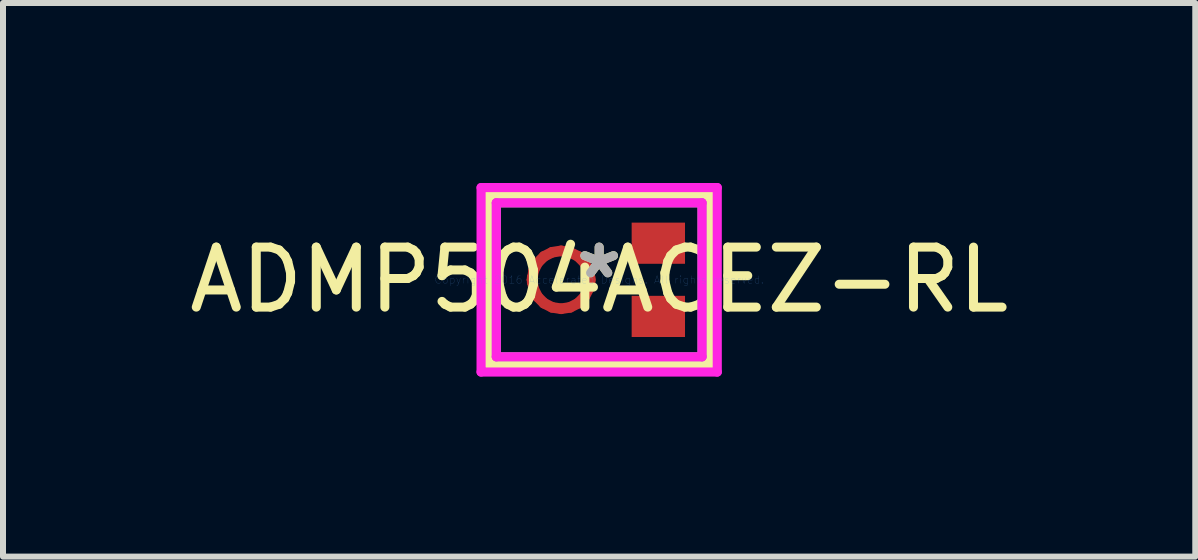
<source format=kicad_pcb>
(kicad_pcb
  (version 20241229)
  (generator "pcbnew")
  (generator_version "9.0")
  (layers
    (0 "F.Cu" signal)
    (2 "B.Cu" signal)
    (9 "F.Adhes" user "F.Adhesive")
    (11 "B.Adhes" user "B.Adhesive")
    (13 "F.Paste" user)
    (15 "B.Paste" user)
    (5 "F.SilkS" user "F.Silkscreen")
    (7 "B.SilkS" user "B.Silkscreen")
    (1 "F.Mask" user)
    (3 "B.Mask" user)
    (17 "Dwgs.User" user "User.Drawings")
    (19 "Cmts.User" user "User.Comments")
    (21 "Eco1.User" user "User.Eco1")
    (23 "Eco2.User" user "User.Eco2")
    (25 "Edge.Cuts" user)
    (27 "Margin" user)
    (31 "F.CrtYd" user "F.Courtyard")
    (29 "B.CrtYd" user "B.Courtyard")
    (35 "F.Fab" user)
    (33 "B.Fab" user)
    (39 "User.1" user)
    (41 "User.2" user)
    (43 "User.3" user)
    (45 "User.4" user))
  (footprint "ADMP504ACEZ-RL"
    (layer "F.Cu")
    (at 6.935 1.613)
    (property "Reference" "ADMP504ACEZ-RL" (at 0 0 0) (layer "F.SilkS") (effects (font (size 1 1) (thickness 0.15))))
    (attr through_hole)
    (fp_line (start -1.13 0) (end -1.106 -0.153) (stroke (width 0.152) (type solid)) (layer "F.Cu"))
    (fp_line (start -1.13 0) (end -1.106 0.153) (stroke (width 0.152) (type solid)) (layer "F.Cu"))
    (fp_line (start -1.128 -0.043) (end -1.13 0) (stroke (width 0.152) (type solid)) (layer "F.Cu"))
    (fp_line (start -1.128 0.043) (end -1.13 0) (stroke (width 0.152) (type solid)) (layer "F.Cu"))
    (fp_line (start -1.106 -0.153) (end -1.035 -0.291) (stroke (width 0.152) (type solid)) (layer "F.Cu"))
    (fp_line (start -1.106 0.153) (end -1.035 0.291) (stroke (width 0.152) (type solid)) (layer "F.Cu"))
    (fp_line (start -1.104 0) (end -1.103 -0.041) (stroke (width 0.152) (type solid)) (layer "F.Cu"))
    (fp_line (start -1.104 0) (end -1.103 0.041) (stroke (width 0.152) (type solid)) (layer "F.Cu"))
    (fp_line (start -1.103 -0.041) (end -1.128 -0.043) (stroke (width 0.152) (type solid)) (layer "F.Cu"))
    (fp_line (start -1.103 0.041) (end -1.128 0.043) (stroke (width 0.152) (type solid)) (layer "F.Cu"))
    (fp_line (start -1.081 -0.145) (end -1.104 0) (stroke (width 0.152) (type solid)) (layer "F.Cu"))
    (fp_line (start -1.081 0.145) (end -1.104 0) (stroke (width 0.152) (type solid)) (layer "F.Cu"))
    (fp_line (start -1.035 -0.291) (end -0.926 -0.401) (stroke (width 0.152) (type solid)) (layer "F.Cu"))
    (fp_line (start -1.035 0.291) (end -0.926 0.401) (stroke (width 0.152) (type solid)) (layer "F.Cu"))
    (fp_line (start -1.015 -0.276) (end -1.081 -0.145) (stroke (width 0.152) (type solid)) (layer "F.Cu"))
    (fp_line (start -1.015 0.276) (end -1.081 0.145) (stroke (width 0.152) (type solid)) (layer "F.Cu"))
    (fp_line (start -0.926 -0.401) (end -0.788 -0.471) (stroke (width 0.152) (type solid)) (layer "F.Cu"))
    (fp_line (start -0.926 0.401) (end -0.788 0.471) (stroke (width 0.152) (type solid)) (layer "F.Cu"))
    (fp_line (start -0.911 -0.38) (end -1.015 -0.276) (stroke (width 0.152) (type solid)) (layer "F.Cu"))
    (fp_line (start -0.911 0.38) (end -1.015 0.276) (stroke (width 0.152) (type solid)) (layer "F.Cu"))
    (fp_line (start -0.788 -0.471) (end -0.634 -0.495) (stroke (width 0.152) (type solid)) (layer "F.Cu"))
    (fp_line (start -0.788 0.471) (end -0.634 0.495) (stroke (width 0.152) (type solid)) (layer "F.Cu"))
    (fp_line (start -0.78 -0.447) (end -0.911 -0.38) (stroke (width 0.152) (type solid)) (layer "F.Cu"))
    (fp_line (start -0.78 0.447) (end -0.911 0.38) (stroke (width 0.152) (type solid)) (layer "F.Cu"))
    (fp_line (start -0.634 -0.495) (end -0.481 -0.471) (stroke (width 0.152) (type solid)) (layer "F.Cu"))
    (fp_line (start -0.634 -0.47) (end -0.78 -0.447) (stroke (width 0.152) (type solid)) (layer "F.Cu"))
    (fp_line (start -0.634 0.47) (end -0.78 0.447) (stroke (width 0.152) (type solid)) (layer "F.Cu"))
    (fp_line (start -0.634 0.495) (end -0.481 0.471) (stroke (width 0.152) (type solid)) (layer "F.Cu"))
    (fp_line (start -0.489 -0.447) (end -0.634 -0.47) (stroke (width 0.152) (type solid)) (layer "F.Cu"))
    (fp_line (start -0.489 0.447) (end -0.634 0.47) (stroke (width 0.152) (type solid)) (layer "F.Cu"))
    (fp_line (start -0.481 -0.471) (end -0.343 -0.401) (stroke (width 0.152) (type solid)) (layer "F.Cu"))
    (fp_line (start -0.481 0.471) (end -0.343 0.401) (stroke (width 0.152) (type solid)) (layer "F.Cu"))
    (fp_line (start -0.358 -0.38) (end -0.489 -0.447) (stroke (width 0.152) (type solid)) (layer "F.Cu"))
    (fp_line (start -0.358 0.38) (end -0.489 0.447) (stroke (width 0.152) (type solid)) (layer "F.Cu"))
    (fp_line (start -0.343 -0.401) (end -0.234 -0.291) (stroke (width 0.152) (type solid)) (layer "F.Cu"))
    (fp_line (start -0.343 0.401) (end -0.234 0.291) (stroke (width 0.152) (type solid)) (layer "F.Cu"))
    (fp_line (start -0.254 -0.276) (end -0.358 -0.38) (stroke (width 0.152) (type solid)) (layer "F.Cu"))
    (fp_line (start -0.254 0.276) (end -0.358 0.38) (stroke (width 0.152) (type solid)) (layer "F.Cu"))
    (fp_line (start -0.234 -0.291) (end -0.163 -0.153) (stroke (width 0.152) (type solid)) (layer "F.Cu"))
    (fp_line (start -0.234 0.291) (end -0.163 0.153) (stroke (width 0.152) (type solid)) (layer "F.Cu"))
    (fp_line (start -0.188 -0.145) (end -0.254 -0.276) (stroke (width 0.152) (type solid)) (layer "F.Cu"))
    (fp_line (start -0.188 0.145) (end -0.254 0.276) (stroke (width 0.152) (type solid)) (layer "F.Cu"))
    (fp_line (start -0.166 -0.041) (end -0.165 0) (stroke (width 0.152) (type solid)) (layer "F.Cu"))
    (fp_line (start -0.166 0.041) (end -0.165 0) (stroke (width 0.152) (type solid)) (layer "F.Cu"))
    (fp_line (start -0.165 0) (end -0.188 -0.145) (stroke (width 0.152) (type solid)) (layer "F.Cu"))
    (fp_line (start -0.165 0) (end -0.188 0.145) (stroke (width 0.152) (type solid)) (layer "F.Cu"))
    (fp_line (start -0.163 -0.153) (end -0.139 0) (stroke (width 0.152) (type solid)) (layer "F.Cu"))
    (fp_line (start -0.163 0.153) (end -0.139 0) (stroke (width 0.152) (type solid)) (layer "F.Cu"))
    (fp_line (start -0.141 -0.043) (end -0.166 -0.041) (stroke (width 0.152) (type solid)) (layer "F.Cu"))
    (fp_line (start -0.141 0.043) (end -0.166 0.041) (stroke (width 0.152) (type solid)) (layer "F.Cu"))
    (fp_line (start -0.139 0) (end -0.141 -0.043) (stroke (width 0.152) (type solid)) (layer "F.Cu"))
    (fp_line (start -0.139 0) (end -0.141 0.043) (stroke (width 0.152) (type solid)) (layer "F.Cu"))
    (fp_line (start -1.13 0) (end -1.106 -0.153) (stroke (width 0.152) (type solid)) (layer "F.Mask"))
    (fp_line (start -1.13 0) (end -1.106 0.153) (stroke (width 0.152) (type solid)) (layer "F.Mask"))
    (fp_line (start -1.128 -0.043) (end -1.13 0) (stroke (width 0.152) (type solid)) (layer "F.Mask"))
    (fp_line (start -1.128 0.043) (end -1.13 0) (stroke (width 0.152) (type solid)) (layer "F.Mask"))
    (fp_line (start -1.106 -0.153) (end -1.035 -0.291) (stroke (width 0.152) (type solid)) (layer "F.Mask"))
    (fp_line (start -1.106 0.153) (end -1.035 0.291) (stroke (width 0.152) (type solid)) (layer "F.Mask"))
    (fp_line (start -1.104 0) (end -1.103 -0.041) (stroke (width 0.152) (type solid)) (layer "F.Mask"))
    (fp_line (start -1.104 0) (end -1.103 0.041) (stroke (width 0.152) (type solid)) (layer "F.Mask"))
    (fp_line (start -1.103 -0.041) (end -1.128 -0.043) (stroke (width 0.152) (type solid)) (layer "F.Mask"))
    (fp_line (start -1.103 0.041) (end -1.128 0.043) (stroke (width 0.152) (type solid)) (layer "F.Mask"))
    (fp_line (start -1.081 -0.145) (end -1.104 0) (stroke (width 0.152) (type solid)) (layer "F.Mask"))
    (fp_line (start -1.081 0.145) (end -1.104 0) (stroke (width 0.152) (type solid)) (layer "F.Mask"))
    (fp_line (start -1.035 -0.291) (end -0.926 -0.401) (stroke (width 0.152) (type solid)) (layer "F.Mask"))
    (fp_line (start -1.035 0.291) (end -0.926 0.401) (stroke (width 0.152) (type solid)) (layer "F.Mask"))
    (fp_line (start -1.015 -0.276) (end -1.081 -0.145) (stroke (width 0.152) (type solid)) (layer "F.Mask"))
    (fp_line (start -1.015 0.276) (end -1.081 0.145) (stroke (width 0.152) (type solid)) (layer "F.Mask"))
    (fp_line (start -0.926 -0.401) (end -0.788 -0.471) (stroke (width 0.152) (type solid)) (layer "F.Mask"))
    (fp_line (start -0.926 0.401) (end -0.788 0.471) (stroke (width 0.152) (type solid)) (layer "F.Mask"))
    (fp_line (start -0.911 -0.38) (end -1.015 -0.276) (stroke (width 0.152) (type solid)) (layer "F.Mask"))
    (fp_line (start -0.911 0.38) (end -1.015 0.276) (stroke (width 0.152) (type solid)) (layer "F.Mask"))
    (fp_line (start -0.788 -0.471) (end -0.634 -0.495) (stroke (width 0.152) (type solid)) (layer "F.Mask"))
    (fp_line (start -0.788 0.471) (end -0.634 0.495) (stroke (width 0.152) (type solid)) (layer "F.Mask"))
    (fp_line (start -0.78 -0.447) (end -0.911 -0.38) (stroke (width 0.152) (type solid)) (layer "F.Mask"))
    (fp_line (start -0.78 0.447) (end -0.911 0.38) (stroke (width 0.152) (type solid)) (layer "F.Mask"))
    (fp_line (start -0.634 -0.495) (end -0.481 -0.471) (stroke (width 0.152) (type solid)) (layer "F.Mask"))
    (fp_line (start -0.634 -0.47) (end -0.78 -0.447) (stroke (width 0.152) (type solid)) (layer "F.Mask"))
    (fp_line (start -0.634 0.47) (end -0.78 0.447) (stroke (width 0.152) (type solid)) (layer "F.Mask"))
    (fp_line (start -0.634 0.495) (end -0.481 0.471) (stroke (width 0.152) (type solid)) (layer "F.Mask"))
    (fp_line (start -0.489 -0.447) (end -0.634 -0.47) (stroke (width 0.152) (type solid)) (layer "F.Mask"))
    (fp_line (start -0.489 0.447) (end -0.634 0.47) (stroke (width 0.152) (type solid)) (layer "F.Mask"))
    (fp_line (start -0.481 -0.471) (end -0.343 -0.401) (stroke (width 0.152) (type solid)) (layer "F.Mask"))
    (fp_line (start -0.481 0.471) (end -0.343 0.401) (stroke (width 0.152) (type solid)) (layer "F.Mask"))
    (fp_line (start -0.358 -0.38) (end -0.489 -0.447) (stroke (width 0.152) (type solid)) (layer "F.Mask"))
    (fp_line (start -0.358 0.38) (end -0.489 0.447) (stroke (width 0.152) (type solid)) (layer "F.Mask"))
    (fp_line (start -0.343 -0.401) (end -0.234 -0.291) (stroke (width 0.152) (type solid)) (layer "F.Mask"))
    (fp_line (start -0.343 0.401) (end -0.234 0.291) (stroke (width 0.152) (type solid)) (layer "F.Mask"))
    (fp_line (start -0.254 -0.276) (end -0.358 -0.38) (stroke (width 0.152) (type solid)) (layer "F.Mask"))
    (fp_line (start -0.254 0.276) (end -0.358 0.38) (stroke (width 0.152) (type solid)) (layer "F.Mask"))
    (fp_line (start -0.234 -0.291) (end -0.163 -0.153) (stroke (width 0.152) (type solid)) (layer "F.Mask"))
    (fp_line (start -0.234 0.291) (end -0.163 0.153) (stroke (width 0.152) (type solid)) (layer "F.Mask"))
    (fp_line (start -0.188 -0.145) (end -0.254 -0.276) (stroke (width 0.152) (type solid)) (layer "F.Mask"))
    (fp_line (start -0.188 0.145) (end -0.254 0.276) (stroke (width 0.152) (type solid)) (layer "F.Mask"))
    (fp_line (start -0.166 -0.041) (end -0.165 0) (stroke (width 0.152) (type solid)) (layer "F.Mask"))
    (fp_line (start -0.166 0.041) (end -0.165 0) (stroke (width 0.152) (type solid)) (layer "F.Mask"))
    (fp_line (start -0.165 0) (end -0.188 -0.145) (stroke (width 0.152) (type solid)) (layer "F.Mask"))
    (fp_line (start -0.165 0) (end -0.188 0.145) (stroke (width 0.152) (type solid)) (layer "F.Mask"))
    (fp_line (start -0.163 -0.153) (end -0.139 0) (stroke (width 0.152) (type solid)) (layer "F.Mask"))
    (fp_line (start -0.163 0.153) (end -0.139 0) (stroke (width 0.152) (type solid)) (layer "F.Mask"))
    (fp_line (start -0.141 -0.043) (end -0.166 -0.041) (stroke (width 0.152) (type solid)) (layer "F.Mask"))
    (fp_line (start -0.141 0.043) (end -0.166 0.041) (stroke (width 0.152) (type solid)) (layer "F.Mask"))
    (fp_line (start -0.139 0) (end -0.141 -0.043) (stroke (width 0.152) (type solid)) (layer "F.Mask"))
    (fp_line (start -0.139 0) (end -0.141 0.043) (stroke (width 0.152) (type solid)) (layer "F.Mask"))
    (fp_line (start -1.841 -1.41) (end -1.841 1.41) (stroke (width 0.152) (type solid)) (layer "F.SilkS"))
    (fp_line (start -1.841 1.41) (end 1.841 1.41) (stroke (width 0.152) (type solid)) (layer "F.SilkS"))
    (fp_line (start 1.841 -1.41) (end -1.841 -1.41) (stroke (width 0.152) (type solid)) (layer "F.SilkS"))
    (fp_line (start 1.841 1.41) (end 1.841 -1.41) (stroke (width 0.152) (type solid)) (layer "F.SilkS"))
    (fp_line (start -1.13 0) (end -1.106 -0.153) (stroke (width 0.152) (type solid)) (layer "F.Paste"))
    (fp_line (start -1.13 0) (end -1.106 0.153) (stroke (width 0.152) (type solid)) (layer "F.Paste"))
    (fp_line (start -1.128 -0.043) (end -1.13 0) (stroke (width 0.152) (type solid)) (layer "F.Paste"))
    (fp_line (start -1.128 0.043) (end -1.13 0) (stroke (width 0.152) (type solid)) (layer "F.Paste"))
    (fp_line (start -1.106 -0.153) (end -1.035 -0.291) (stroke (width 0.152) (type solid)) (layer "F.Paste"))
    (fp_line (start -1.106 0.153) (end -1.035 0.291) (stroke (width 0.152) (type solid)) (layer "F.Paste"))
    (fp_line (start -1.104 0) (end -1.103 -0.041) (stroke (width 0.152) (type solid)) (layer "F.Paste"))
    (fp_line (start -1.104 0) (end -1.103 0.041) (stroke (width 0.152) (type solid)) (layer "F.Paste"))
    (fp_line (start -1.103 -0.041) (end -1.128 -0.043) (stroke (width 0.152) (type solid)) (layer "F.Paste"))
    (fp_line (start -1.103 0.041) (end -1.128 0.043) (stroke (width 0.152) (type solid)) (layer "F.Paste"))
    (fp_line (start -1.081 -0.145) (end -1.104 0) (stroke (width 0.152) (type solid)) (layer "F.Paste"))
    (fp_line (start -1.081 0.145) (end -1.104 0) (stroke (width 0.152) (type solid)) (layer "F.Paste"))
    (fp_line (start -1.035 -0.291) (end -0.926 -0.401) (stroke (width 0.152) (type solid)) (layer "F.Paste"))
    (fp_line (start -1.035 0.291) (end -0.926 0.401) (stroke (width 0.152) (type solid)) (layer "F.Paste"))
    (fp_line (start -1.015 -0.276) (end -1.081 -0.145) (stroke (width 0.152) (type solid)) (layer "F.Paste"))
    (fp_line (start -1.015 0.276) (end -1.081 0.145) (stroke (width 0.152) (type solid)) (layer "F.Paste"))
    (fp_line (start -0.926 -0.401) (end -0.788 -0.471) (stroke (width 0.152) (type solid)) (layer "F.Paste"))
    (fp_line (start -0.926 0.401) (end -0.788 0.471) (stroke (width 0.152) (type solid)) (layer "F.Paste"))
    (fp_line (start -0.911 -0.38) (end -1.015 -0.276) (stroke (width 0.152) (type solid)) (layer "F.Paste"))
    (fp_line (start -0.911 0.38) (end -1.015 0.276) (stroke (width 0.152) (type solid)) (layer "F.Paste"))
    (fp_line (start -0.788 -0.471) (end -0.634 -0.495) (stroke (width 0.152) (type solid)) (layer "F.Paste"))
    (fp_line (start -0.788 0.471) (end -0.634 0.495) (stroke (width 0.152) (type solid)) (layer "F.Paste"))
    (fp_line (start -0.78 -0.447) (end -0.911 -0.38) (stroke (width 0.152) (type solid)) (layer "F.Paste"))
    (fp_line (start -0.78 0.447) (end -0.911 0.38) (stroke (width 0.152) (type solid)) (layer "F.Paste"))
    (fp_line (start -0.634 -0.495) (end -0.481 -0.471) (stroke (width 0.152) (type solid)) (layer "F.Paste"))
    (fp_line (start -0.634 -0.47) (end -0.78 -0.447) (stroke (width 0.152) (type solid)) (layer "F.Paste"))
    (fp_line (start -0.634 0.47) (end -0.78 0.447) (stroke (width 0.152) (type solid)) (layer "F.Paste"))
    (fp_line (start -0.634 0.495) (end -0.481 0.471) (stroke (width 0.152) (type solid)) (layer "F.Paste"))
    (fp_line (start -0.489 -0.447) (end -0.634 -0.47) (stroke (width 0.152) (type solid)) (layer "F.Paste"))
    (fp_line (start -0.489 0.447) (end -0.634 0.47) (stroke (width 0.152) (type solid)) (layer "F.Paste"))
    (fp_line (start -0.481 -0.471) (end -0.343 -0.401) (stroke (width 0.152) (type solid)) (layer "F.Paste"))
    (fp_line (start -0.481 0.471) (end -0.343 0.401) (stroke (width 0.152) (type solid)) (layer "F.Paste"))
    (fp_line (start -0.358 -0.38) (end -0.489 -0.447) (stroke (width 0.152) (type solid)) (layer "F.Paste"))
    (fp_line (start -0.358 0.38) (end -0.489 0.447) (stroke (width 0.152) (type solid)) (layer "F.Paste"))
    (fp_line (start -0.343 -0.401) (end -0.234 -0.291) (stroke (width 0.152) (type solid)) (layer "F.Paste"))
    (fp_line (start -0.343 0.401) (end -0.234 0.291) (stroke (width 0.152) (type solid)) (layer "F.Paste"))
    (fp_line (start -0.254 -0.276) (end -0.358 -0.38) (stroke (width 0.152) (type solid)) (layer "F.Paste"))
    (fp_line (start -0.254 0.276) (end -0.358 0.38) (stroke (width 0.152) (type solid)) (layer "F.Paste"))
    (fp_line (start -0.234 -0.291) (end -0.163 -0.153) (stroke (width 0.152) (type solid)) (layer "F.Paste"))
    (fp_line (start -0.234 0.291) (end -0.163 0.153) (stroke (width 0.152) (type solid)) (layer "F.Paste"))
    (fp_line (start -0.188 -0.145) (end -0.254 -0.276) (stroke (width 0.152) (type solid)) (layer "F.Paste"))
    (fp_line (start -0.188 0.145) (end -0.254 0.276) (stroke (width 0.152) (type solid)) (layer "F.Paste"))
    (fp_line (start -0.166 -0.041) (end -0.165 0) (stroke (width 0.152) (type solid)) (layer "F.Paste"))
    (fp_line (start -0.166 0.041) (end -0.165 0) (stroke (width 0.152) (type solid)) (layer "F.Paste"))
    (fp_line (start -0.165 0) (end -0.188 -0.145) (stroke (width 0.152) (type solid)) (layer "F.Paste"))
    (fp_line (start -0.165 0) (end -0.188 0.145) (stroke (width 0.152) (type solid)) (layer "F.Paste"))
    (fp_line (start -0.163 -0.153) (end -0.139 0) (stroke (width 0.152) (type solid)) (layer "F.Paste"))
    (fp_line (start -0.163 0.153) (end -0.139 0) (stroke (width 0.152) (type solid)) (layer "F.Paste"))
    (fp_line (start -0.141 -0.043) (end -0.166 -0.041) (stroke (width 0.152) (type solid)) (layer "F.Paste"))
    (fp_line (start -0.141 0.043) (end -0.166 0.041) (stroke (width 0.152) (type solid)) (layer "F.Paste"))
    (fp_line (start -0.139 0) (end -0.141 -0.043) (stroke (width 0.152) (type solid)) (layer "F.Paste"))
    (fp_line (start -0.139 0) (end -0.141 0.043) (stroke (width 0.152) (type solid)) (layer "F.Paste"))
    (fp_line (start -1.968 -1.537) (end 1.968 -1.537) (stroke (width 0.152) (type solid)) (layer "F.CrtYd"))
    (fp_line (start -1.968 1.537) (end -1.968 -1.537) (stroke (width 0.152) (type solid)) (layer "F.CrtYd"))
    (fp_line (start -1.714 -1.283) (end 1.714 -1.283) (stroke (width 0.152) (type solid)) (layer "F.CrtYd"))
    (fp_line (start -1.714 1.283) (end -1.714 -1.283) (stroke (width 0.152) (type solid)) (layer "F.CrtYd"))
    (fp_line (start 1.714 -1.283) (end 1.714 1.283) (stroke (width 0.152) (type solid)) (layer "F.CrtYd"))
    (fp_line (start 1.714 1.283) (end -1.714 1.283) (stroke (width 0.152) (type solid)) (layer "F.CrtYd"))
    (fp_line (start 1.968 -1.537) (end 1.968 1.537) (stroke (width 0.152) (type solid)) (layer "F.CrtYd"))
    (fp_line (start 1.968 1.537) (end -1.968 1.537) (stroke (width 0.152) (type solid)) (layer "F.CrtYd"))
    (fp_line (start -1.714 -1.283) (end -1.714 1.283) (stroke (width 0.152) (type solid)) (layer "F.Fab"))
    (fp_line (start -1.714 1.283) (end 1.714 1.283) (stroke (width 0.152) (type solid)) (layer "F.Fab"))
    (fp_line (start 1.714 -1.283) (end -1.714 -1.283) (stroke (width 0.152) (type solid)) (layer "F.Fab"))
    (fp_line (start 1.714 1.283) (end 1.714 -1.283) (stroke (width 0.152) (type solid)) (layer "F.Fab"))
    (fp_text user "*" (at 0 0 0) (layer "F.SilkS") (effects (font (size 1 1) (thickness 0.15))))
    (fp_text user "Copyright 2016 Accelerated Designs. All rights reserved." (at 0 0 0) (layer "Cmts.User") (effects (font (size 0.127 0.127) (thickness 0.002))))
    (fp_text user "*" (at 0 0 0) (layer "F.Fab") (effects (font (size 1 1) (thickness 0.15))))
    (pad "" smd circle (at -0.634 0) (size 0.051 0.051) (layers "F.Cu" "F.Mask" "F.Paste"))
    (pad "1" smd rect (at 0.986 -0.61) (size 0.889 0.686) (layers "F.Cu" "F.Mask" "F.Paste"))
    (pad "2" smd rect (at -1.117 0) (size 0.051 0.051) (layers "F.Cu" "F.Mask" "F.Paste"))
    (pad "3" smd rect (at 0.986 0.61) (size 0.889 0.686) (layers "F.Cu" "F.Mask" "F.Paste")))
  (gr_rect
    (start -3 -3)
    (end 16.869 6.226)
    (stroke (width 0.1) (type default))
    (fill no)
    (layer "Edge.Cuts")))
</source>
